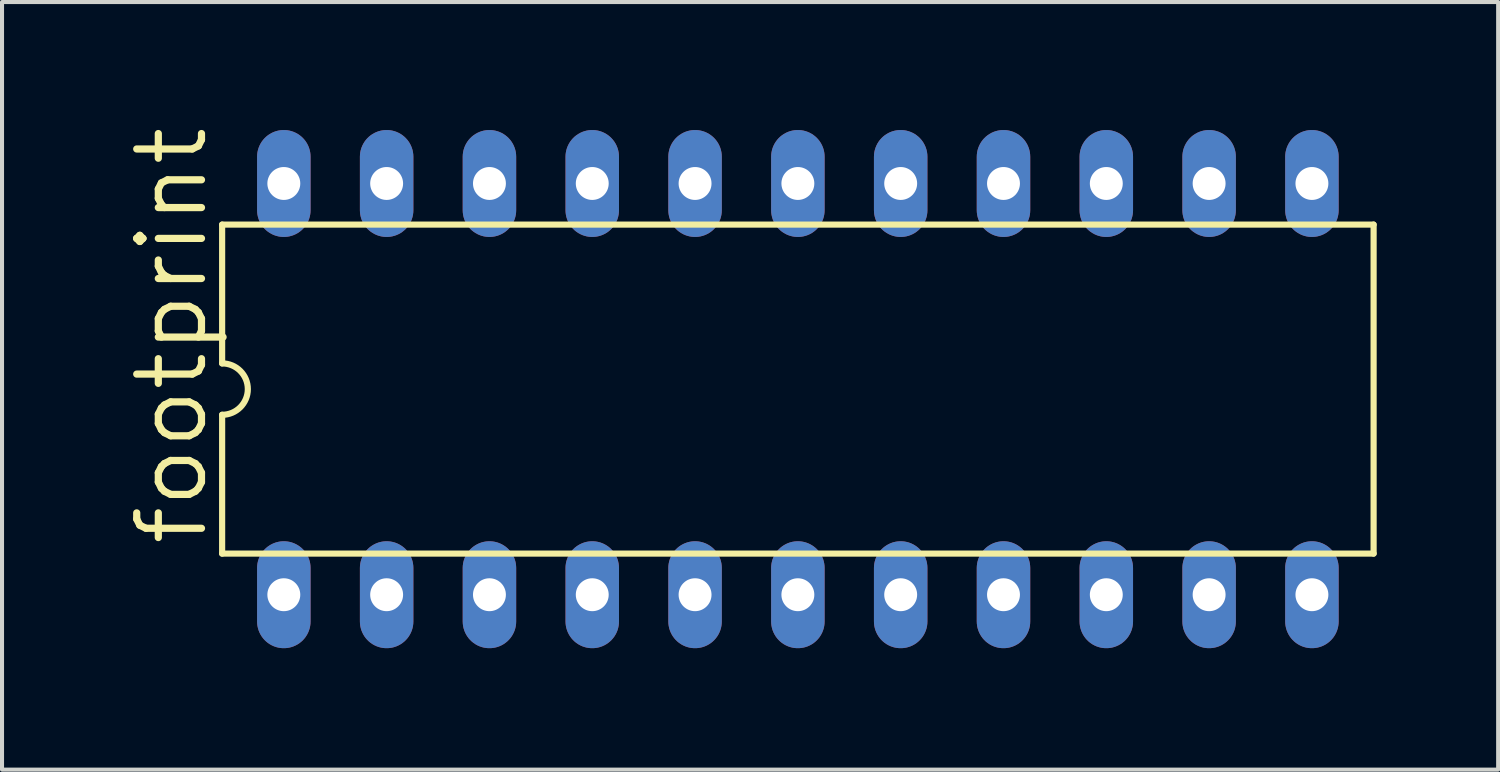
<source format=kicad_pcb>
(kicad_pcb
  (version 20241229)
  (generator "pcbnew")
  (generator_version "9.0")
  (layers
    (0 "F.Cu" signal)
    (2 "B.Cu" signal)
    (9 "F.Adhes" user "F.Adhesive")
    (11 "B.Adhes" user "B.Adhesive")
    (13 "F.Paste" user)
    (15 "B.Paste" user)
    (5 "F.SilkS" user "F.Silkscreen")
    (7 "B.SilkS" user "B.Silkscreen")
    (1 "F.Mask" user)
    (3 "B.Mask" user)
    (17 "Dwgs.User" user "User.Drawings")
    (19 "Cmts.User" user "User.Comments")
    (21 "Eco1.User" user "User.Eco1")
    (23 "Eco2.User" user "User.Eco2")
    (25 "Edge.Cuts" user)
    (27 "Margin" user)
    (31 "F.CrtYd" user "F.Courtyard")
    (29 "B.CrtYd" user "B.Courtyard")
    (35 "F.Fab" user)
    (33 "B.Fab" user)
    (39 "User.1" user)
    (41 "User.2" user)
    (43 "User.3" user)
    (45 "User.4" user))
  (footprint "footprint"
    (layer "F.Cu")
    (at 16.662 6.563)
    (property "Reference" "footprint" (at -14.529 3.937 90) (layer "F.SilkS") (effects (font (size 1.6 1.6) (thickness 0.178)) (justify left bottom)))
    (fp_line (start -14.224 -4.064) (end -14.224 -0.635) (stroke (width 0.152) (type solid)) (layer "F.SilkS"))
    (fp_line (start -14.224 -4.064) (end 14.224 -4.064) (stroke (width 0.152) (type solid)) (layer "F.SilkS"))
    (fp_line (start -14.224 0.635) (end -14.224 4.064) (stroke (width 0.152) (type solid)) (layer "F.SilkS"))
    (fp_line (start -14.224 4.064) (end 14.224 4.064) (stroke (width 0.152) (type solid)) (layer "F.SilkS"))
    (fp_line (start 14.224 4.064) (end 14.224 -4.064) (stroke (width 0.152) (type solid)) (layer "F.SilkS"))
    (fp_arc (start -14.224 -0.635) (mid -13.589 0) (end -14.224 0.635) (stroke (width 0.1524) (type solid)) (layer "F.SilkS"))
    (pad "1" thru_hole oval (at -12.7 5.08 90) (size 2.642 1.321) (drill 0.813) (layers "*.Cu" "*.Mask"))
    (pad "2" thru_hole oval (at -10.16 5.08 90) (size 2.642 1.321) (drill 0.813) (layers "*.Cu" "*.Mask"))
    (pad "3" thru_hole oval (at -7.62 5.08 90) (size 2.642 1.321) (drill 0.813) (layers "*.Cu" "*.Mask"))
    (pad "4" thru_hole oval (at -5.08 5.08 90) (size 2.642 1.321) (drill 0.813) (layers "*.Cu" "*.Mask"))
    (pad "5" thru_hole oval (at -2.54 5.08 90) (size 2.642 1.321) (drill 0.813) (layers "*.Cu" "*.Mask"))
    (pad "6" thru_hole oval (at 0 5.08 90) (size 2.642 1.321) (drill 0.813) (layers "*.Cu" "*.Mask"))
    (pad "7" thru_hole oval (at 2.54 5.08 90) (size 2.642 1.321) (drill 0.813) (layers "*.Cu" "*.Mask"))
    (pad "8" thru_hole oval (at 5.08 5.08 90) (size 2.642 1.321) (drill 0.813) (layers "*.Cu" "*.Mask"))
    (pad "9" thru_hole oval (at 7.62 5.08 90) (size 2.642 1.321) (drill 0.813) (layers "*.Cu" "*.Mask"))
    (pad "10" thru_hole oval (at 10.16 5.08 90) (size 2.642 1.321) (drill 0.813) (layers "*.Cu" "*.Mask"))
    (pad "11" thru_hole oval (at 12.7 5.08 90) (size 2.642 1.321) (drill 0.813) (layers "*.Cu" "*.Mask"))
    (pad "12" thru_hole oval (at 12.7 -5.08 90) (size 2.642 1.321) (drill 0.813) (layers "*.Cu" "*.Mask"))
    (pad "13" thru_hole oval (at 10.16 -5.08 90) (size 2.642 1.321) (drill 0.813) (layers "*.Cu" "*.Mask"))
    (pad "14" thru_hole oval (at 7.62 -5.08 90) (size 2.642 1.321) (drill 0.813) (layers "*.Cu" "*.Mask"))
    (pad "15" thru_hole oval (at 5.08 -5.08 90) (size 2.642 1.321) (drill 0.813) (layers "*.Cu" "*.Mask"))
    (pad "16" thru_hole oval (at 2.54 -5.08 90) (size 2.642 1.321) (drill 0.813) (layers "*.Cu" "*.Mask"))
    (pad "17" thru_hole oval (at 0 -5.08 90) (size 2.642 1.321) (drill 0.813) (layers "*.Cu" "*.Mask"))
    (pad "18" thru_hole oval (at -2.54 -5.08 90) (size 2.642 1.321) (drill 0.813) (layers "*.Cu" "*.Mask"))
    (pad "19" thru_hole oval (at -5.08 -5.08 90) (size 2.642 1.321) (drill 0.813) (layers "*.Cu" "*.Mask"))
    (pad "20" thru_hole oval (at -7.62 -5.08 90) (size 2.642 1.321) (drill 0.813) (layers "*.Cu" "*.Mask"))
    (pad "21" thru_hole oval (at -10.16 -5.08 90) (size 2.642 1.321) (drill 0.813) (layers "*.Cu" "*.Mask"))
    (pad "22" thru_hole oval (at -12.7 -5.08 90) (size 2.642 1.321) (drill 0.813) (layers "*.Cu" "*.Mask")))
  (gr_rect
    (start -3 -3)
    (end 33.963 15.964)
    (stroke (width 0.1) (type default))
    (fill no)
    (layer "Edge.Cuts")))
</source>
